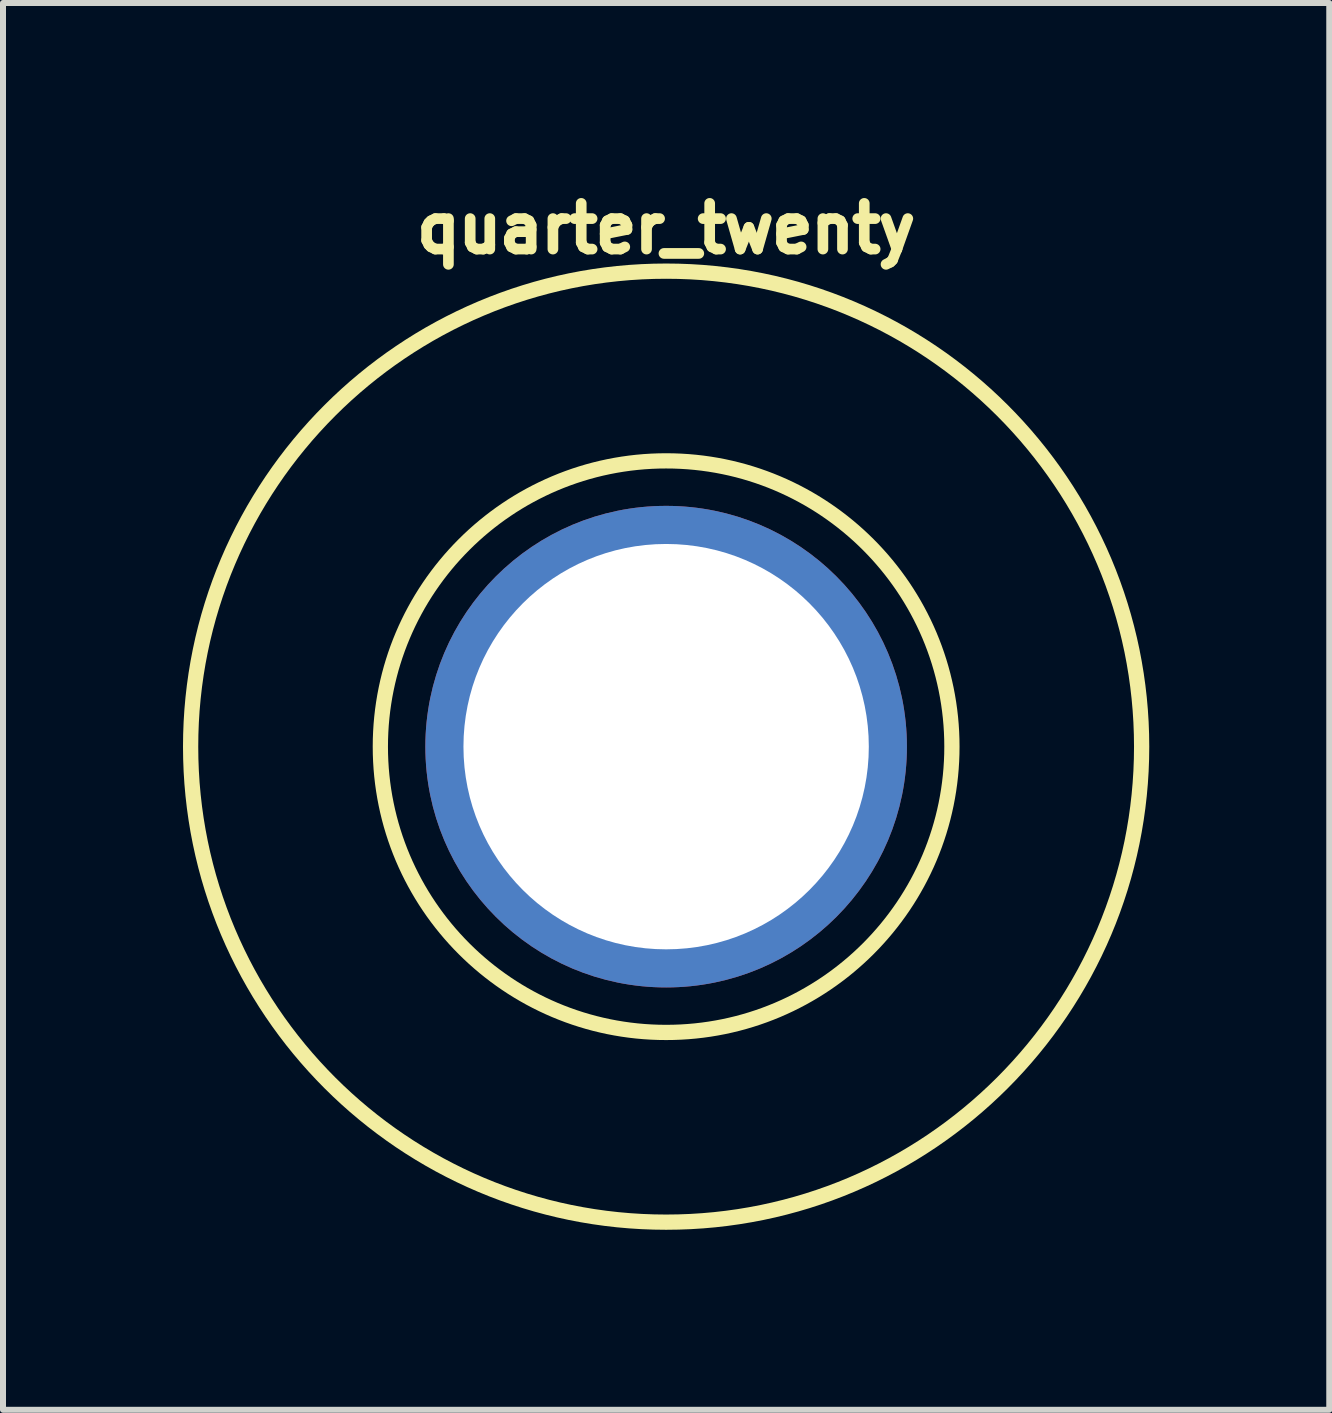
<source format=kicad_pcb>
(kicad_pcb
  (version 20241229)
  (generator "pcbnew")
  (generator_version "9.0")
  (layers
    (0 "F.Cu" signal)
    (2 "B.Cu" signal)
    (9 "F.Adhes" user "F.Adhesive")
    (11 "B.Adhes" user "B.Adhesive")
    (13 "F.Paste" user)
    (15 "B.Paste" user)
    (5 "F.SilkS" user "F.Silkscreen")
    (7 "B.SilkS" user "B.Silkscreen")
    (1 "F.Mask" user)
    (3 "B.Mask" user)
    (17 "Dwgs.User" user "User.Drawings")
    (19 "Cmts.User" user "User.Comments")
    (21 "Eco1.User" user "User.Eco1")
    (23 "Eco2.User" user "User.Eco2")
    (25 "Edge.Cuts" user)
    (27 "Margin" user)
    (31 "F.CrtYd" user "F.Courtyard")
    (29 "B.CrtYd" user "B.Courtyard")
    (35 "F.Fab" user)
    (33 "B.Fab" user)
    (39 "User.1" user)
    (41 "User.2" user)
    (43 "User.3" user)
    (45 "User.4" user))
  (footprint "quarter_twenty"
    (layer "F.Cu")
    (at 8.052 9.394)
    (property "Reference" "quarter_twenty" (at 0 -8.636 0) (layer "F.SilkS") (effects (font (size 0.762 0.762) (thickness 0.178))))
    (attr through_hole)
    (fp_circle (center 0 0) (end 4.763 0) (stroke (width 0.254) (type solid)) (fill no) (layer "F.SilkS"))
    (fp_circle (center 0 0) (end 7.925 0) (stroke (width 0.254) (type solid)) (fill no) (layer "F.SilkS"))
    (pad "" thru_hole circle (at 0 0) (size 8.026 8.026) (drill 6.756) (layers "*.Cu" "*.Mask")))
  (gr_rect
    (start -3 -3)
    (end 19.104 20.446)
    (stroke (width 0.1) (type default))
    (fill no)
    (layer "Edge.Cuts")))
</source>
